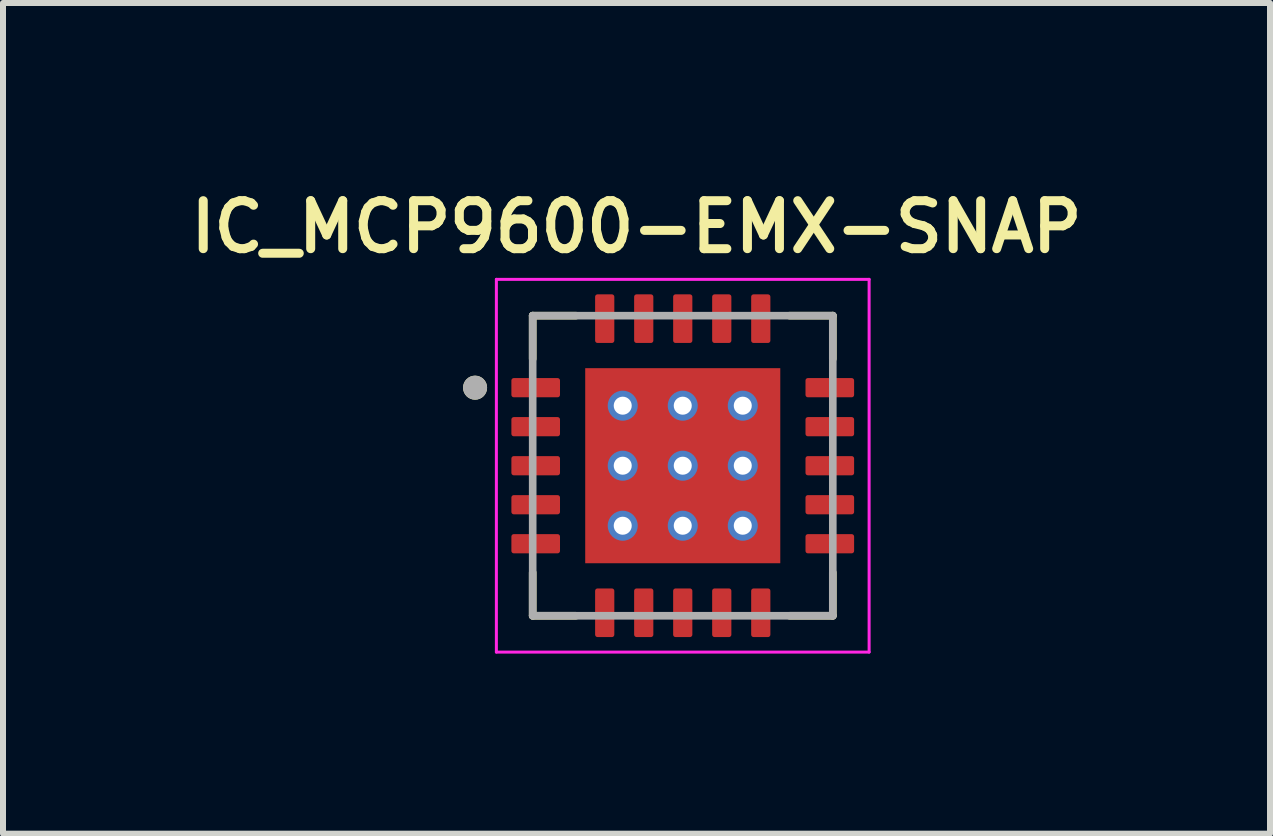
<source format=kicad_pcb>
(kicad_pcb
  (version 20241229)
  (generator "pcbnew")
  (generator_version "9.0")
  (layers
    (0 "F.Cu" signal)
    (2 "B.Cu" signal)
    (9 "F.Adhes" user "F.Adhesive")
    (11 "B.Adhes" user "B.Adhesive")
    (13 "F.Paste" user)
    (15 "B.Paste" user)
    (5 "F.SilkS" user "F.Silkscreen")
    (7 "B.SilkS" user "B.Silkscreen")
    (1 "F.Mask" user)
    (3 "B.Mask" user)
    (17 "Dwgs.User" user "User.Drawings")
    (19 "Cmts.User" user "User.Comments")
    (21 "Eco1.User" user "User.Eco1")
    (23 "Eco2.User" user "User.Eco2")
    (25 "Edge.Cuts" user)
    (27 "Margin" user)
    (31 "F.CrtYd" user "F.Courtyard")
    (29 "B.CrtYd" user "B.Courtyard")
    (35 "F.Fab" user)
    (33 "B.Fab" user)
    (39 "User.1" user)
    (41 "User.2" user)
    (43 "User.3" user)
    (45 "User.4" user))
  (footprint "IC_MCP9600-EMX-SNAP"
    (layer "F.Cu")
    (at 8.325 4.709)
    (property "Reference" "IC_MCP9600-EMX-SNAP" (at -0.77 -3.978 0) (layer "F.SilkS") (effects (font (size 0.8 0.8) (thickness 0.15))))
    (attr smd)
    (fp_line (start -2.5 -2.5) (end -2.5 -1.78) (stroke (width 0.127) (type solid)) (layer "F.SilkS"))
    (fp_line (start -2.5 -2.5) (end -1.78 -2.5) (stroke (width 0.127) (type solid)) (layer "F.SilkS"))
    (fp_line (start -2.5 2.5) (end -2.5 1.78) (stroke (width 0.127) (type solid)) (layer "F.SilkS"))
    (fp_line (start -2.5 2.5) (end -1.78 2.5) (stroke (width 0.127) (type solid)) (layer "F.SilkS"))
    (fp_line (start 2.5 -2.5) (end 1.78 -2.5) (stroke (width 0.127) (type solid)) (layer "F.SilkS"))
    (fp_line (start 2.5 -2.5) (end 2.5 -1.78) (stroke (width 0.127) (type solid)) (layer "F.SilkS"))
    (fp_line (start 2.5 2.5) (end 1.78 2.5) (stroke (width 0.127) (type solid)) (layer "F.SilkS"))
    (fp_line (start 2.5 2.5) (end 2.5 1.78) (stroke (width 0.127) (type solid)) (layer "F.SilkS"))
    (fp_circle (center -3.46 -1.3) (end -3.36 -1.3) (stroke (width 0.2) (type solid)) (fill no) (layer "F.SilkS"))
    (fp_poly (pts (xy -1.15 -1.15) (xy 1.15 -1.15) (xy 1.15 1.15) (xy -1.15 1.15)) (stroke (width 0.01) (type solid)) (fill yes) (layer "F.Paste"))
    (fp_line (start -3.105 -3.105) (end 3.105 -3.105) (stroke (width 0.05) (type solid)) (layer "F.CrtYd"))
    (fp_line (start -3.105 3.105) (end -3.105 -3.105) (stroke (width 0.05) (type solid)) (layer "F.CrtYd"))
    (fp_line (start -3.105 3.105) (end 3.105 3.105) (stroke (width 0.05) (type solid)) (layer "F.CrtYd"))
    (fp_line (start 3.105 3.105) (end 3.105 -3.105) (stroke (width 0.05) (type solid)) (layer "F.CrtYd"))
    (fp_line (start -2.5 2.5) (end -2.5 -2.5) (stroke (width 0.127) (type solid)) (layer "F.Fab"))
    (fp_line (start 2.5 -2.5) (end -2.5 -2.5) (stroke (width 0.127) (type solid)) (layer "F.Fab"))
    (fp_line (start 2.5 2.5) (end -2.5 2.5) (stroke (width 0.127) (type solid)) (layer "F.Fab"))
    (fp_line (start 2.5 2.5) (end 2.5 -2.5) (stroke (width 0.127) (type solid)) (layer "F.Fab"))
    (fp_circle (center -3.46 -1.3) (end -3.36 -1.3) (stroke (width 0.2) (type solid)) (fill no) (layer "F.Fab"))
    (pad "1" smd roundrect (at -2.45 -1.3) (size 0.81 0.32) (layers "F.Cu" "F.Mask" "F.Paste") (roundrect_rratio 0.125))
    (pad "2" smd roundrect (at -2.45 -0.65) (size 0.81 0.32) (layers "F.Cu" "F.Mask" "F.Paste") (roundrect_rratio 0.125))
    (pad "3" smd roundrect (at -2.45 0) (size 0.81 0.32) (layers "F.Cu" "F.Mask" "F.Paste") (roundrect_rratio 0.125))
    (pad "4" smd roundrect (at -2.45 0.65) (size 0.81 0.32) (layers "F.Cu" "F.Mask" "F.Paste") (roundrect_rratio 0.125))
    (pad "5" smd roundrect (at -2.45 1.3) (size 0.81 0.32) (layers "F.Cu" "F.Mask" "F.Paste") (roundrect_rratio 0.125))
    (pad "6" smd roundrect (at -1.3 2.45) (size 0.32 0.81) (layers "F.Cu" "F.Mask" "F.Paste") (roundrect_rratio 0.125))
    (pad "7" smd roundrect (at -0.65 2.45) (size 0.32 0.81) (layers "F.Cu" "F.Mask" "F.Paste") (roundrect_rratio 0.125))
    (pad "8" smd roundrect (at 0 2.45) (size 0.32 0.81) (layers "F.Cu" "F.Mask" "F.Paste") (roundrect_rratio 0.125))
    (pad "9" smd roundrect (at 0.65 2.45) (size 0.32 0.81) (layers "F.Cu" "F.Mask" "F.Paste") (roundrect_rratio 0.125))
    (pad "10" smd roundrect (at 1.3 2.45) (size 0.32 0.81) (layers "F.Cu" "F.Mask" "F.Paste") (roundrect_rratio 0.125))
    (pad "11" smd roundrect (at 2.45 1.3) (size 0.81 0.32) (layers "F.Cu" "F.Mask" "F.Paste") (roundrect_rratio 0.125))
    (pad "12" smd roundrect (at 2.45 0.65) (size 0.81 0.32) (layers "F.Cu" "F.Mask" "F.Paste") (roundrect_rratio 0.125))
    (pad "13" smd roundrect (at 2.45 0) (size 0.81 0.32) (layers "F.Cu" "F.Mask" "F.Paste") (roundrect_rratio 0.125))
    (pad "14" smd roundrect (at 2.45 -0.65) (size 0.81 0.32) (layers "F.Cu" "F.Mask" "F.Paste") (roundrect_rratio 0.125))
    (pad "15" smd roundrect (at 2.45 -1.3) (size 0.81 0.32) (layers "F.Cu" "F.Mask" "F.Paste") (roundrect_rratio 0.125))
    (pad "16" smd roundrect (at 1.3 -2.45) (size 0.32 0.81) (layers "F.Cu" "F.Mask" "F.Paste") (roundrect_rratio 0.125))
    (pad "17" smd roundrect (at 0.65 -2.45) (size 0.32 0.81) (layers "F.Cu" "F.Mask" "F.Paste") (roundrect_rratio 0.125))
    (pad "18" smd roundrect (at 0 -2.45) (size 0.32 0.81) (layers "F.Cu" "F.Mask" "F.Paste") (roundrect_rratio 0.125))
    (pad "19" smd roundrect (at -0.65 -2.45) (size 0.32 0.81) (layers "F.Cu" "F.Mask" "F.Paste") (roundrect_rratio 0.125))
    (pad "20" smd roundrect (at -1.3 -2.45) (size 0.32 0.81) (layers "F.Cu" "F.Mask" "F.Paste") (roundrect_rratio 0.125))
    (pad "21" smd rect (at 0 0) (size 3.25 3.25) (layers "F.Cu" "F.Mask"))
    (pad "22" thru_hole circle (at -1 -1) (size 0.5 0.5) (drill 0.3) (layers "*.Cu" "*.Mask"))
    (pad "23" thru_hole circle (at 0 -1) (size 0.5 0.5) (drill 0.3) (layers "*.Cu" "*.Mask"))
    (pad "24" thru_hole circle (at 1 -1) (size 0.5 0.5) (drill 0.3) (layers "*.Cu" "*.Mask"))
    (pad "25" thru_hole circle (at -1 0) (size 0.5 0.5) (drill 0.3) (layers "*.Cu" "*.Mask"))
    (pad "26" thru_hole circle (at 0 0) (size 0.5 0.5) (drill 0.3) (layers "*.Cu" "*.Mask"))
    (pad "27" thru_hole circle (at 1 0) (size 0.5 0.5) (drill 0.3) (layers "*.Cu" "*.Mask"))
    (pad "28" thru_hole circle (at -1 1) (size 0.5 0.5) (drill 0.3) (layers "*.Cu" "*.Mask"))
    (pad "29" thru_hole circle (at 0 1) (size 0.5 0.5) (drill 0.3) (layers "*.Cu" "*.Mask"))
    (pad "30" thru_hole circle (at 1 1) (size 0.5 0.5) (drill 0.3) (layers "*.Cu" "*.Mask")))
  (gr_rect
    (start -3 -3)
    (end 18.109 10.839)
    (stroke (width 0.1) (type default))
    (fill no)
    (layer "Edge.Cuts")))
</source>
